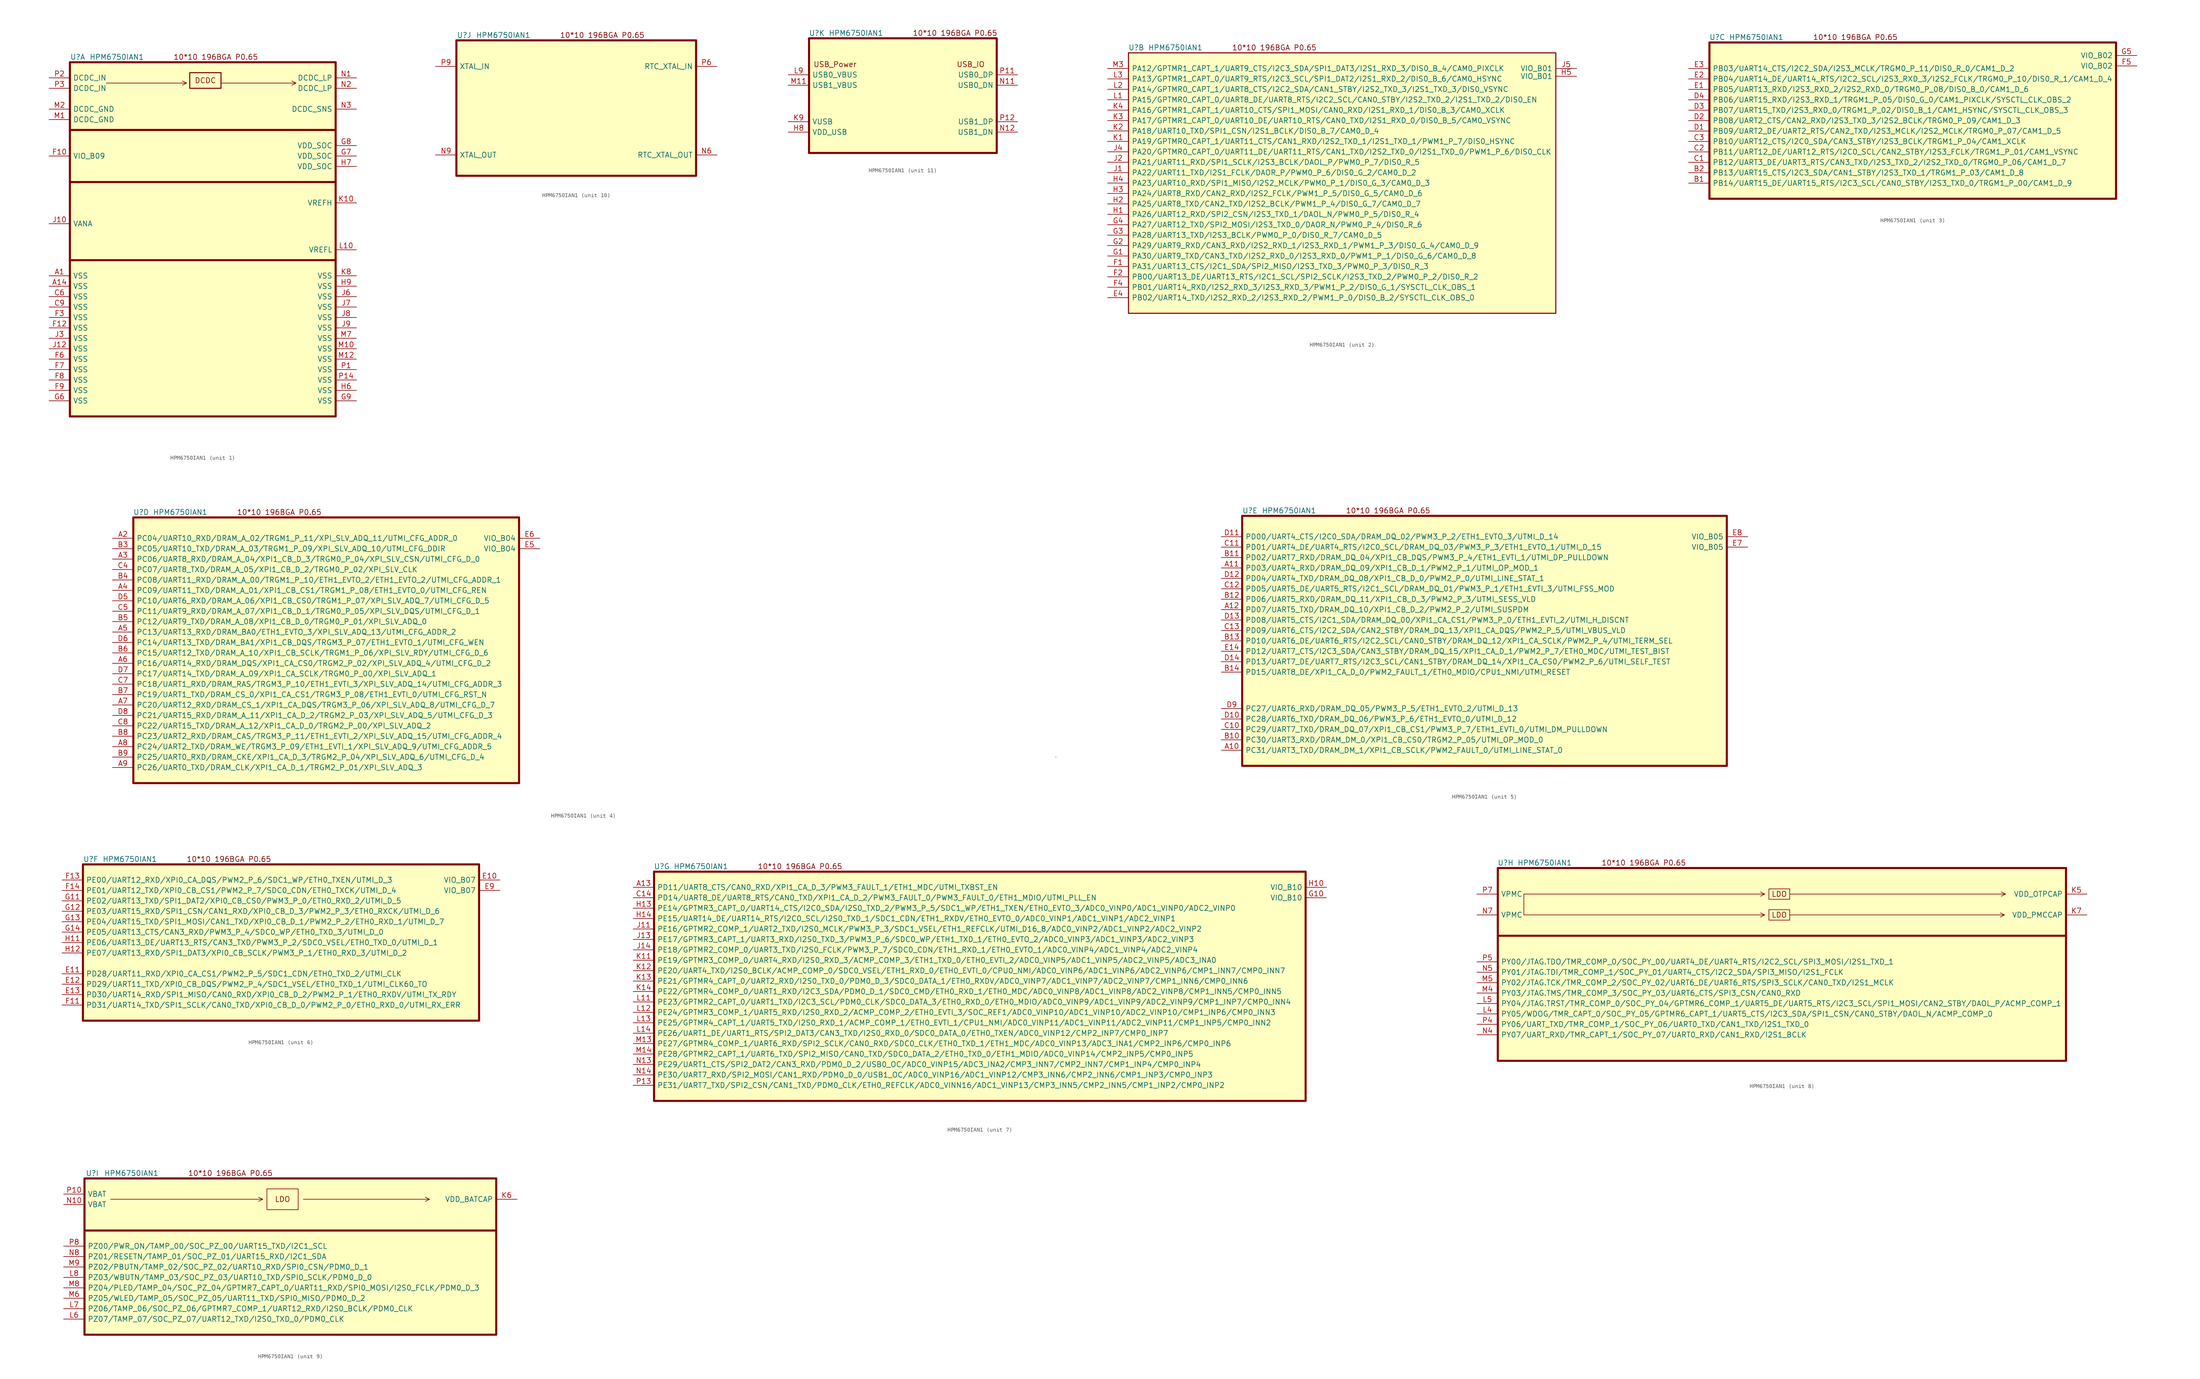
<source format=kicad_sym>
(kicad_symbol_lib
  (version 20220914)
  (generator kicad_symbol_editor)
  (symbol "HPM6750IAN1"
    (pin_names
      (offset 0.762))
    (property "Reference" "U"
      (at 1.905 1.27 0)
      (effects (font (size 1.27 1.27))))
    (property "Value" "HPM6750IAN1"
      (at 11.43 1.27 0)
      (effects (font (size 1.27 1.27))))
    (property "ki_locked" ""
      (at 0 0 0)
      (effects (font (size 1.27 1.27))))
    (symbol "HPM6750IAN1_0_0"
      (text "" (at 41.91 -3.81 0) (effects (font (size 1.27 1.27))))
      (text "10*10 196BGA P0.65" (at 35.56 1.27 0) (effects (font (size 1.27 1.27)))))
    (symbol "HPM6750IAN1_1_0"
      (polyline (pts (xy 8.89 -5.08) (xy 28.448 -5.08) (xy 27.432 -4.572) (xy 28.448 -5.08) (xy 27.432 -5.588)) (stroke (width 0) (type default)) (fill (type none)))
      (polyline (pts (xy 36.83 -5.08) (xy 55.118 -5.08) (xy 54.102 -4.572) (xy 55.118 -5.08) (xy 54.102 -5.588)) (stroke (width 0) (type default)) (fill (type none)))
      (text "DCDC" (at 33.02 -4.445 0) (effects (font (size 1.27 1.27)))))
    (symbol "HPM6750IAN1_1_1"
      (polyline (pts (xy 0 -48.26) (xy 64.77 -48.26)) (stroke (width 0.508) (type default)) (fill (type none)))
      (polyline (pts (xy 0 -29.21) (xy 64.77 -29.21)) (stroke (width 0.508) (type default)) (fill (type none)))
      (polyline (pts (xy 0 -16.51) (xy 64.77 -16.51)) (stroke (width 0.508) (type default)) (fill (type none)))
      (rectangle (start 0 0) (end 64.77 -86.36) (stroke (width 0.508) (type default)) (fill (type background)))
      (rectangle (start 29.21 -2.54) (end 36.83 -6.35) (stroke (width 0.254) (type default)) (fill (type background)))
      (pin power_out line (at -5.08 -52.07 0) (length 5.08) (name "VSS" (effects (font (size 1.27 1.27)))) (number "A1" (effects (font (size 1.27 1.27)))))
      (pin power_out line (at -5.08 -54.61 0) (length 5.08) (name "VSS" (effects (font (size 1.27 1.27)))) (number "A14" (effects (font (size 1.27 1.27)))))
      (pin power_out line (at -5.08 -57.15 0) (length 5.08) (name "VSS" (effects (font (size 1.27 1.27)))) (number "C6" (effects (font (size 1.27 1.27)))))
      (pin power_out line (at -5.08 -59.69 0) (length 5.08) (name "VSS" (effects (font (size 1.27 1.27)))) (number "C9" (effects (font (size 1.27 1.27)))))
      (pin power_in line (at -5.08 -22.86 0) (length 5.08) (name "VIO_B09" (effects (font (size 1.27 1.27)))) (number "F10" (effects (font (size 1.27 1.27)))))
      (pin power_out line (at -5.08 -64.77 0) (length 5.08) (name "VSS" (effects (font (size 1.27 1.27)))) (number "F12" (effects (font (size 1.27 1.27)))))
      (pin power_out line (at -5.08 -62.23 0) (length 5.08) (name "VSS" (effects (font (size 1.27 1.27)))) (number "F3" (effects (font (size 1.27 1.27)))))
      (pin power_out line (at -5.08 -72.39 0) (length 5.08) (name "VSS" (effects (font (size 1.27 1.27)))) (number "F6" (effects (font (size 1.27 1.27)))))
      (pin power_out line (at -5.08 -74.93 0) (length 5.08) (name "VSS" (effects (font (size 1.27 1.27)))) (number "F7" (effects (font (size 1.27 1.27)))))
      (pin power_out line (at -5.08 -77.47 0) (length 5.08) (name "VSS" (effects (font (size 1.27 1.27)))) (number "F8" (effects (font (size 1.27 1.27)))))
      (pin power_out line (at -5.08 -80.01 0) (length 5.08) (name "VSS" (effects (font (size 1.27 1.27)))) (number "F9" (effects (font (size 1.27 1.27)))))
      (pin power_out line (at -5.08 -82.55 0) (length 5.08) (name "VSS" (effects (font (size 1.27 1.27)))) (number "G6" (effects (font (size 1.27 1.27)))))
      (pin power_in line (at 69.85 -22.86 180) (length 5.08) (name "VDD_SOC" (effects (font (size 1.27 1.27)))) (number "G7" (effects (font (size 1.27 1.27)))))
      (pin power_in line (at 69.85 -20.32 180) (length 5.08) (name "VDD_SOC" (effects (font (size 1.27 1.27)))) (number "G8" (effects (font (size 1.27 1.27)))))
      (pin power_out line (at 69.85 -82.55 180) (length 5.08) (name "VSS" (effects (font (size 1.27 1.27)))) (number "G9" (effects (font (size 1.27 1.27)))))
      (pin power_out line (at 69.85 -80.01 180) (length 5.08) (name "VSS" (effects (font (size 1.27 1.27)))) (number "H6" (effects (font (size 1.27 1.27)))))
      (pin power_in line (at 69.85 -25.4 180) (length 5.08) (name "VDD_SOC" (effects (font (size 1.27 1.27)))) (number "H7" (effects (font (size 1.27 1.27)))))
      (pin power_out line (at 69.85 -54.61 180) (length 5.08) (name "VSS" (effects (font (size 1.27 1.27)))) (number "H9" (effects (font (size 1.27 1.27)))))
      (pin power_in line (at -5.08 -39.37 0) (length 5.08) (name "VANA" (effects (font (size 1.27 1.27)))) (number "J10" (effects (font (size 1.27 1.27)))))
      (pin power_out line (at -5.08 -69.85 0) (length 5.08) (name "VSS" (effects (font (size 1.27 1.27)))) (number "J12" (effects (font (size 1.27 1.27)))))
      (pin power_out line (at -5.08 -67.31 0) (length 5.08) (name "VSS" (effects (font (size 1.27 1.27)))) (number "J3" (effects (font (size 1.27 1.27)))))
      (pin power_out line (at 69.85 -57.15 180) (length 5.08) (name "VSS" (effects (font (size 1.27 1.27)))) (number "J6" (effects (font (size 1.27 1.27)))))
      (pin power_out line (at 69.85 -59.69 180) (length 5.08) (name "VSS" (effects (font (size 1.27 1.27)))) (number "J7" (effects (font (size 1.27 1.27)))))
      (pin power_out line (at 69.85 -62.23 180) (length 5.08) (name "VSS" (effects (font (size 1.27 1.27)))) (number "J8" (effects (font (size 1.27 1.27)))))
      (pin power_out line (at 69.85 -64.77 180) (length 5.08) (name "VSS" (effects (font (size 1.27 1.27)))) (number "J9" (effects (font (size 1.27 1.27)))))
      (pin power_in line (at 69.85 -34.29 180) (length 5.08) (name "VREFH" (effects (font (size 1.27 1.27)))) (number "K10" (effects (font (size 1.27 1.27)))))
      (pin power_out line (at 69.85 -52.07 180) (length 5.08) (name "VSS" (effects (font (size 1.27 1.27)))) (number "K8" (effects (font (size 1.27 1.27)))))
      (pin power_out line (at 69.85 -45.72 180) (length 5.08) (name "VREFL" (effects (font (size 1.27 1.27)))) (number "L10" (effects (font (size 1.27 1.27)))))
      (pin power_out line (at -5.08 -13.97 0) (length 5.08) (name "DCDC_GND" (effects (font (size 1.27 1.27)))) (number "M1" (effects (font (size 1.27 1.27)))))
      (pin power_out line (at 69.85 -69.85 180) (length 5.08) (name "VSS" (effects (font (size 1.27 1.27)))) (number "M10" (effects (font (size 1.27 1.27)))))
      (pin power_out line (at 69.85 -72.39 180) (length 5.08) (name "VSS" (effects (font (size 1.27 1.27)))) (number "M12" (effects (font (size 1.27 1.27)))))
      (pin power_out line (at -5.08 -11.43 0) (length 5.08) (name "DCDC_GND" (effects (font (size 1.27 1.27)))) (number "M2" (effects (font (size 1.27 1.27)))))
      (pin power_out line (at 69.85 -67.31 180) (length 5.08) (name "VSS" (effects (font (size 1.27 1.27)))) (number "M7" (effects (font (size 1.27 1.27)))))
      (pin power_out line (at 69.85 -3.81 180) (length 5.08) (name "DCDC_LP" (effects (font (size 1.27 1.27)))) (number "N1" (effects (font (size 1.27 1.27)))))
      (pin power_out line (at 69.85 -6.35 180) (length 5.08) (name "DCDC_LP" (effects (font (size 1.27 1.27)))) (number "N2" (effects (font (size 1.27 1.27)))))
      (pin input line (at 69.85 -11.43 180) (length 5.08) (name "DCDC_SNS" (effects (font (size 1.27 1.27)))) (number "N3" (effects (font (size 1.27 1.27)))))
      (pin power_out line (at 69.85 -74.93 180) (length 5.08) (name "VSS" (effects (font (size 1.27 1.27)))) (number "P1" (effects (font (size 1.27 1.27)))))
      (pin power_out line (at 69.85 -77.47 180) (length 5.08) (name "VSS" (effects (font (size 1.27 1.27)))) (number "P14" (effects (font (size 1.27 1.27)))))
      (pin power_in line (at -5.08 -3.81 0) (length 5.08) (name "DCDC_IN" (effects (font (size 1.27 1.27)))) (number "P2" (effects (font (size 1.27 1.27)))))
      (pin power_in line (at -5.08 -6.35 0) (length 5.08) (name "DCDC_IN" (effects (font (size 1.27 1.27)))) (number "P3" (effects (font (size 1.27 1.27))))))
    (symbol "HPM6750IAN1_2_0"
      (rectangle (start 0 0) (end 104.14 -63.5) (stroke (width 0.254) (type default)) (fill (type background))))
    (symbol "HPM6750IAN1_2_1"
      (pin bidirectional line (at -5.08 -59.69 0) (length 5.08) (name "PB02/UART14_TXD/I2S2_RXD_2/I2S3_RXD_2/PWM1_P_0/DIS0_B_2/SYSCTL_CLK_OBS_0" (effects (font (size 1.27 1.27)))) (number "E4" (effects (font (size 1.27 1.27)))))
      (pin bidirectional line (at -5.08 -52.07 0) (length 5.08) (name "PA31/UART13_CTS/I2C1_SDA/SPI2_MISO/I2S3_TXD_3/PWM0_P_3/DIS0_R_3" (effects (font (size 1.27 1.27)))) (number "F1" (effects (font (size 1.27 1.27)))))
      (pin bidirectional line (at -5.08 -54.61 0) (length 5.08) (name "PB00/UART13_DE/UART13_RTS/I2C1_SCL/SPI2_SCLK/I2S3_TXD_2/PWM0_P_2/DIS0_R_2" (effects (font (size 1.27 1.27)))) (number "F2" (effects (font (size 1.27 1.27)))))
      (pin bidirectional line (at -5.08 -57.15 0) (length 5.08) (name "PB01/UART14_RXD/I2S2_RXD_3/I2S3_RXD_3/PWM1_P_2/DIS0_G_1/SYSCTL_CLK_OBS_1" (effects (font (size 1.27 1.27)))) (number "F4" (effects (font (size 1.27 1.27)))))
      (pin bidirectional line (at -5.08 -49.53 0) (length 5.08) (name "PA30/UART9_TXD/CAN3_TXD/I2S2_RXD_0/I2S3_RXD_0/PWM1_P_1/DIS0_G_6/CAM0_D_8" (effects (font (size 1.27 1.27)))) (number "G1" (effects (font (size 1.27 1.27)))))
      (pin bidirectional line (at -5.08 -46.99 0) (length 5.08) (name "PA29/UART9_RXD/CAN3_RXD/I2S2_RXD_1/I2S3_RXD_1/PWM1_P_3/DIS0_G_4/CAM0_D_9" (effects (font (size 1.27 1.27)))) (number "G2" (effects (font (size 1.27 1.27)))))
      (pin bidirectional line (at -5.08 -44.45 0) (length 5.08) (name "PA28/UART13_TXD/I2S3_BCLK/PWM0_P_0/DIS0_R_7/CAM0_D_5" (effects (font (size 1.27 1.27)))) (number "G3" (effects (font (size 1.27 1.27)))))
      (pin bidirectional line (at -5.08 -41.91 0) (length 5.08) (name "PA27/UART12_TXD/SPI2_MOSI/I2S3_TXD_0/DAOR_N/PWM0_P_4/DIS0_R_6" (effects (font (size 1.27 1.27)))) (number "G4" (effects (font (size 1.27 1.27)))))
      (pin bidirectional line (at -5.08 -39.37 0) (length 5.08) (name "PA26/UART12_RXD/SPI2_CSN/I2S3_TXD_1/DAOL_N/PWM0_P_5/DIS0_R_4" (effects (font (size 1.27 1.27)))) (number "H1" (effects (font (size 1.27 1.27)))))
      (pin bidirectional line (at -5.08 -36.83 0) (length 5.08) (name "PA25/UART8_TXD/CAN2_TXD/I2S2_BCLK/PWM1_P_4/DIS0_G_7/CAM0_D_7" (effects (font (size 1.27 1.27)))) (number "H2" (effects (font (size 1.27 1.27)))))
      (pin bidirectional line (at -5.08 -34.29 0) (length 5.08) (name "PA24/UART8_RXD/CAN2_RXD/I2S2_FCLK/PWM1_P_5/DIS0_G_5/CAM0_D_6" (effects (font (size 1.27 1.27)))) (number "H3" (effects (font (size 1.27 1.27)))))
      (pin bidirectional line (at -5.08 -31.75 0) (length 5.08) (name "PA23/UART10_RXD/SPI1_MISO/I2S2_MCLK/PWM0_P_1/DIS0_G_3/CAM0_D_3" (effects (font (size 1.27 1.27)))) (number "H4" (effects (font (size 1.27 1.27)))))
      (pin power_in line (at 109.22 -5.715 180) (length 5.08) (name "VIO_B01" (effects (font (size 1.27 1.27)))) (number "H5" (effects (font (size 1.27 1.27)))))
      (pin bidirectional line (at -5.08 -29.21 0) (length 5.08) (name "PA22/UART11_TXD/I2S1_FCLK/DAOR_P/PWM0_P_6/DIS0_G_2/CAM0_D_2" (effects (font (size 1.27 1.27)))) (number "J1" (effects (font (size 1.27 1.27)))))
      (pin bidirectional line (at -5.08 -26.67 0) (length 5.08) (name "PA21/UART11_RXD/SPI1_SCLK/I2S3_BCLK/DAOL_P/PWM0_P_7/DIS0_R_5" (effects (font (size 1.27 1.27)))) (number "J2" (effects (font (size 1.27 1.27)))))
      (pin bidirectional line (at -5.08 -24.13 0) (length 5.08) (name "PA20/GPTMR0_CAPT_0/UART11_DE/UART11_RTS/CAN1_TXD/I2S2_TXD_0/I2S1_TXD_0/PWM1_P_6/DIS0_CLK" (effects (font (size 1.27 1.27)))) (number "J4" (effects (font (size 1.27 1.27)))))
      (pin power_in line (at 109.22 -3.81 180) (length 5.08) (name "VIO_B01" (effects (font (size 1.27 1.27)))) (number "J5" (effects (font (size 1.27 1.27)))))
      (pin bidirectional line (at -5.08 -21.59 0) (length 5.08) (name "PA19/GPTMR0_CAPT_1/UART11_CTS/CAN1_RXD/I2S2_TXD_1/I2S1_TXD_1/PWM1_P_7/DIS0_HSYNC" (effects (font (size 1.27 1.27)))) (number "K1" (effects (font (size 1.27 1.27)))))
      (pin bidirectional line (at -5.08 -19.05 0) (length 5.08) (name "PA18/UART10_TXD/SPI1_CSN/I2S1_BCLK/DIS0_B_7/CAM0_D_4" (effects (font (size 1.27 1.27)))) (number "K2" (effects (font (size 1.27 1.27)))))
      (pin bidirectional line (at -5.08 -16.51 0) (length 5.08) (name "PA17/GPTMR1_CAPT_0/UART10_DE/UART10_RTS/CAN0_TXD/I2S1_RXD_0/DIS0_B_5/CAM0_VSYNC" (effects (font (size 1.27 1.27)))) (number "K3" (effects (font (size 1.27 1.27)))))
      (pin bidirectional line (at -5.08 -13.97 0) (length 5.08) (name "PA16/GPTMR1_CAPT_1/UART10_CTS/SPI1_MOSI/CAN0_RXD/I2S1_RXD_1/DIS0_B_3/CAM0_XCLK" (effects (font (size 1.27 1.27)))) (number "K4" (effects (font (size 1.27 1.27)))))
      (pin bidirectional line (at -5.08 -11.43 0) (length 5.08) (name "PA15/GPTMR0_CAPT_0/UART8_DE/UART8_RTS/I2C2_SCL/CAN0_STBY/I2S2_TXD_2/I2S1_TXD_2/DIS0_EN" (effects (font (size 1.27 1.27)))) (number "L1" (effects (font (size 1.27 1.27)))))
      (pin bidirectional line (at -5.08 -8.89 0) (length 5.08) (name "PA14/GPTMR0_CAPT_1/UART8_CTS/I2C2_SDA/CAN1_STBY/I2S2_TXD_3/I2S1_TXD_3/DIS0_VSYNC" (effects (font (size 1.27 1.27)))) (number "L2" (effects (font (size 1.27 1.27)))))
      (pin bidirectional line (at -5.08 -6.35 0) (length 5.08) (name "PA13/GPTMR1_CAPT_0/UART9_RTS/I2C3_SCL/SPI1_DAT2/I2S1_RXD_2/DIS0_B_6/CAM0_HSYNC" (effects (font (size 1.27 1.27)))) (number "L3" (effects (font (size 1.27 1.27)))))
      (pin bidirectional line (at -5.08 -3.81 0) (length 5.08) (name "PA12/GPTMR1_CAPT_1/UART9_CTS/I2C3_SDA/SPI1_DAT3/I2S1_RXD_3/DIS0_B_4/CAM0_PIXCLK" (effects (font (size 1.27 1.27)))) (number "M3" (effects (font (size 1.27 1.27))))))
    (symbol "HPM6750IAN1_3_0"
      (rectangle (start 0 0) (end 99.06 -38.1) (stroke (width 0.508) (type default)) (fill (type background))))
    (symbol "HPM6750IAN1_3_1"
      (pin bidirectional line (at -5.08 -34.29 0) (length 5.08) (name "PB14/UART15_DE/UART15_RTS/I2C3_SCL/CAN0_STBY/I2S3_TXD_0/TRGM1_P_00/CAM1_D_9" (effects (font (size 1.27 1.27)))) (number "B1" (effects (font (size 1.27 1.27)))))
      (pin bidirectional line (at -5.08 -31.75 0) (length 5.08) (name "PB13/UART15_CTS/I2C3_SDA/CAN1_STBY/I2S3_TXD_1/TRGM1_P_03/CAM1_D_8" (effects (font (size 1.27 1.27)))) (number "B2" (effects (font (size 1.27 1.27)))))
      (pin bidirectional line (at -5.08 -29.21 0) (length 5.08) (name "PB12/UART3_DE/UART3_RTS/CAN3_TXD/I2S3_TXD_2/I2S2_TXD_0/TRGM0_P_06/CAM1_D_7" (effects (font (size 1.27 1.27)))) (number "C1" (effects (font (size 1.27 1.27)))))
      (pin bidirectional line (at -5.08 -26.67 0) (length 5.08) (name "PB11/UART12_DE/UART12_RTS/I2C0_SCL/CAN2_STBY/I2S3_FCLK/TRGM1_P_01/CAM1_VSYNC" (effects (font (size 1.27 1.27)))) (number "C2" (effects (font (size 1.27 1.27)))))
      (pin bidirectional line (at -5.08 -24.13 0) (length 5.08) (name "PB10/UART12_CTS/I2C0_SDA/CAN3_STBY/I2S3_BCLK/TRGM1_P_04/CAM1_XCLK" (effects (font (size 1.27 1.27)))) (number "C3" (effects (font (size 1.27 1.27)))))
      (pin bidirectional line (at -5.08 -21.59 0) (length 5.08) (name "PB09/UART2_DE/UART2_RTS/CAN2_TXD/I2S3_MCLK/I2S2_MCLK/TRGM0_P_07/CAM1_D_5" (effects (font (size 1.27 1.27)))) (number "D1" (effects (font (size 1.27 1.27)))))
      (pin bidirectional line (at -5.08 -19.05 0) (length 5.08) (name "PB08/UART2_CTS/CAN2_RXD/I2S3_TXD_3/I2S2_BCLK/TRGM0_P_09/CAM1_D_3" (effects (font (size 1.27 1.27)))) (number "D2" (effects (font (size 1.27 1.27)))))
      (pin bidirectional line (at -5.08 -16.51 0) (length 5.08) (name "PB07/UART15_TXD/I2S3_RXD_0/TRGM1_P_02/DIS0_B_1/CAM1_HSYNC/SYSCTL_CLK_OBS_3" (effects (font (size 1.27 1.27)))) (number "D3" (effects (font (size 1.27 1.27)))))
      (pin bidirectional line (at -5.08 -13.97 0) (length 5.08) (name "PB06/UART15_RXD/I2S3_RXD_1/TRGM1_P_05/DIS0_G_0/CAM1_PIXCLK/SYSCTL_CLK_OBS_2" (effects (font (size 1.27 1.27)))) (number "D4" (effects (font (size 1.27 1.27)))))
      (pin bidirectional line (at -5.08 -11.43 0) (length 5.08) (name "PB05/UART13_RXD/I2S3_RXD_2/I2S2_RXD_0/TRGM0_P_08/DIS0_B_0/CAM1_D_6" (effects (font (size 1.27 1.27)))) (number "E1" (effects (font (size 1.27 1.27)))))
      (pin bidirectional line (at -5.08 -8.89 0) (length 5.08) (name "PB04/UART14_DE/UART14_RTS/I2C2_SCL/I2S3_RXD_3/I2S2_FCLK/TRGM0_P_10/DIS0_R_1/CAM1_D_4" (effects (font (size 1.27 1.27)))) (number "E2" (effects (font (size 1.27 1.27)))))
      (pin bidirectional line (at -5.08 -6.35 0) (length 5.08) (name "PB03/UART14_CTS/I2C2_SDA/I2S3_MCLK/TRGM0_P_11/DIS0_R_0/CAM1_D_2" (effects (font (size 1.27 1.27)))) (number "E3" (effects (font (size 1.27 1.27)))))
      (pin power_in line (at 104.14 -5.715 180) (length 5.08) (name "VIO_B02" (effects (font (size 1.27 1.27)))) (number "F5" (effects (font (size 1.27 1.27)))))
      (pin power_in line (at 104.14 -3.175 180) (length 5.08) (name "VIO_B02" (effects (font (size 1.27 1.27)))) (number "G5" (effects (font (size 1.27 1.27))))))
    (symbol "HPM6750IAN1_4_0"
      (rectangle (start 0 0) (end 93.98 -64.77) (stroke (width 0.508) (type default)) (fill (type background)))
      (rectangle (start 224.79 -58.42) (end 224.79 -58.42) (stroke (width 0) (type default)) (fill (type none)))
      (rectangle (start 224.79 -58.42) (end 224.79 -58.42) (stroke (width 0) (type default)) (fill (type none))))
    (symbol "HPM6750IAN1_4_1"
      (pin bidirectional line (at -5.08 -5.08 0) (length 5.08) (name "PC04/UART10_RXD/DRAM_A_02/TRGM1_P_11/XPI_SLV_ADQ_11/UTMI_CFG_ADDR_0" (effects (font (size 1.27 1.27)))) (number "A2" (effects (font (size 1.27 1.27)))))
      (pin bidirectional line (at -5.08 -10.16 0) (length 5.08) (name "PC06/UART8_RXD/DRAM_A_04/XPI1_CB_D_3/TRGM0_P_04/XPI_SLV_CSN/UTMI_CFG_D_0" (effects (font (size 1.27 1.27)))) (number "A3" (effects (font (size 1.27 1.27)))))
      (pin bidirectional line (at -5.08 -17.78 0) (length 5.08) (name "PC09/UART11_TXD/DRAM_A_01/XPI1_CB_CS1/TRGM1_P_08/ETH1_EVTO_0/UTMI_CFG_REN" (effects (font (size 1.27 1.27)))) (number "A4" (effects (font (size 1.27 1.27)))))
      (pin bidirectional line (at -5.08 -27.94 0) (length 5.08) (name "PC13/UART13_RXD/DRAM_BA0/ETH1_EVTO_3/XPI_SLV_ADQ_13/UTMI_CFG_ADDR_2" (effects (font (size 1.27 1.27)))) (number "A5" (effects (font (size 1.27 1.27)))))
      (pin bidirectional line (at -5.08 -35.56 0) (length 5.08) (name "PC16/UART14_RXD/DRAM_DQS/XPI1_CA_CS0/TRGM2_P_02/XPI_SLV_ADQ_4/UTMI_CFG_D_2" (effects (font (size 1.27 1.27)))) (number "A6" (effects (font (size 1.27 1.27)))))
      (pin bidirectional line (at -5.08 -45.72 0) (length 5.08) (name "PC20/UART12_RXD/DRAM_CS_1/XPI1_CA_DQS/TRGM3_P_06/XPI_SLV_ADQ_8/UTMI_CFG_D_7" (effects (font (size 1.27 1.27)))) (number "A7" (effects (font (size 1.27 1.27)))))
      (pin bidirectional line (at -5.08 -55.88 0) (length 5.08) (name "PC24/UART2_TXD/DRAM_WE/TRGM3_P_09/ETH1_EVTI_1/XPI_SLV_ADQ_9/UTMI_CFG_ADDR_5" (effects (font (size 1.27 1.27)))) (number "A8" (effects (font (size 1.27 1.27)))))
      (pin bidirectional line (at -5.08 -60.96 0) (length 5.08) (name "PC26/UART0_TXD/DRAM_CLK/XPI1_CA_D_1/TRGM2_P_01/XPI_SLV_ADQ_3" (effects (font (size 1.27 1.27)))) (number "A9" (effects (font (size 1.27 1.27)))))
      (pin bidirectional line (at -5.08 -7.62 0) (length 5.08) (name "PC05/UART10_TXD/DRAM_A_03/TRGM1_P_09/XPI_SLV_ADQ_10/UTMI_CFG_DDIR" (effects (font (size 1.27 1.27)))) (number "B3" (effects (font (size 1.27 1.27)))))
      (pin bidirectional line (at -5.08 -15.24 0) (length 5.08) (name "PC08/UART11_RXD/DRAM_A_00/TRGM1_P_10/ETH1_EVTO_2/ETH1_EVTO_2/UTMI_CFG_ADDR_1" (effects (font (size 1.27 1.27)))) (number "B4" (effects (font (size 1.27 1.27)))))
      (pin bidirectional line (at -5.08 -25.4 0) (length 5.08) (name "PC12/UART9_TXD/DRAM_A_08/XPI1_CB_D_0/TRGM0_P_01/XPI_SLV_ADQ_0" (effects (font (size 1.27 1.27)))) (number "B5" (effects (font (size 1.27 1.27)))))
      (pin bidirectional line (at -5.08 -33.02 0) (length 5.08) (name "PC15/UART12_TXD/DRAM_A_10/XPI1_CB_SCLK/TRGM1_P_06/XPI_SLV_RDY/UTMI_CFG_D_6" (effects (font (size 1.27 1.27)))) (number "B6" (effects (font (size 1.27 1.27)))))
      (pin bidirectional line (at -5.08 -43.18 0) (length 5.08) (name "PC19/UART1_TXD/DRAM_CS_0/XPI1_CA_CS1/TRGM3_P_08/ETH1_EVTI_0/UTMI_CFG_RST_N" (effects (font (size 1.27 1.27)))) (number "B7" (effects (font (size 1.27 1.27)))))
      (pin bidirectional line (at -5.08 -53.34 0) (length 5.08) (name "PC23/UART2_RXD/DRAM_CAS/TRGM3_P_11/ETH1_EVTI_2/XPI_SLV_ADQ_15/UTMI_CFG_ADDR_4" (effects (font (size 1.27 1.27)))) (number "B8" (effects (font (size 1.27 1.27)))))
      (pin bidirectional line (at -5.08 -58.42 0) (length 5.08) (name "PC25/UART0_RXD/DRAM_CKE/XPI1_CA_D_3/TRGM2_P_04/XPI_SLV_ADQ_6/UTMI_CFG_D_4" (effects (font (size 1.27 1.27)))) (number "B9" (effects (font (size 1.27 1.27)))))
      (pin bidirectional line (at -5.08 -12.7 0) (length 5.08) (name "PC07/UART8_TXD/DRAM_A_05/XPI1_CB_D_2/TRGM0_P_02/XPI_SLV_CLK" (effects (font (size 1.27 1.27)))) (number "C4" (effects (font (size 1.27 1.27)))))
      (pin bidirectional line (at -5.08 -22.86 0) (length 5.08) (name "PC11/UART9_RXD/DRAM_A_07/XPI1_CB_D_1/TRGM0_P_05/XPI_SLV_DQS/UTMI_CFG_D_1" (effects (font (size 1.27 1.27)))) (number "C5" (effects (font (size 1.27 1.27)))))
      (pin bidirectional line (at -5.08 -40.64 0) (length 5.08) (name "PC18/UART1_RXD/DRAM_RAS/TRGM3_P_10/ETH1_EVTI_3/XPI_SLV_ADQ_14/UTMI_CFG_ADDR_3" (effects (font (size 1.27 1.27)))) (number "C7" (effects (font (size 1.27 1.27)))))
      (pin bidirectional line (at -5.08 -50.8 0) (length 5.08) (name "PC22/UART15_TXD/DRAM_A_12/XPI1_CA_D_0/TRGM2_P_00/XPI_SLV_ADQ_2" (effects (font (size 1.27 1.27)))) (number "C8" (effects (font (size 1.27 1.27)))))
      (pin bidirectional line (at -5.08 -20.32 0) (length 5.08) (name "PC10/UART6_RXD/DRAM_A_06/XPI1_CB_CS0/TRGM1_P_07/XPI_SLV_ADQ_7/UTMI_CFG_D_5" (effects (font (size 1.27 1.27)))) (number "D5" (effects (font (size 1.27 1.27)))))
      (pin bidirectional line (at -5.08 -30.48 0) (length 5.08) (name "PC14/UART13_TXD/DRAM_BA1/XPI1_CB_DQS/TRGM3_P_07/ETH1_EVTO_1/UTMI_CFG_WEN" (effects (font (size 1.27 1.27)))) (number "D6" (effects (font (size 1.27 1.27)))))
      (pin bidirectional line (at -5.08 -38.1 0) (length 5.08) (name "PC17/UART14_TXD/DRAM_A_09/XPI1_CA_SCLK/TRGM0_P_00/XPI_SLV_ADQ_1" (effects (font (size 1.27 1.27)))) (number "D7" (effects (font (size 1.27 1.27)))))
      (pin bidirectional line (at -5.08 -48.26 0) (length 5.08) (name "PC21/UART15_RXD/DRAM_A_11/XPI1_CA_D_2/TRGM2_P_03/XPI_SLV_ADQ_5/UTMI_CFG_D_3" (effects (font (size 1.27 1.27)))) (number "D8" (effects (font (size 1.27 1.27)))))
      (pin power_in line (at 99.06 -7.62 180) (length 5.08) (name "VIO_B04" (effects (font (size 1.27 1.27)))) (number "E5" (effects (font (size 1.27 1.27)))))
      (pin power_in line (at 99.06 -5.08 180) (length 5.08) (name "VIO_B04" (effects (font (size 1.27 1.27)))) (number "E6" (effects (font (size 1.27 1.27))))))
    (symbol "HPM6750IAN1_5_0"
      (rectangle (start 0 0) (end 118.11 -60.96) (stroke (width 0.508) (type default)) (fill (type background))))
    (symbol "HPM6750IAN1_5_1"
      (pin bidirectional line (at -5.08 -57.15 0) (length 5.08) (name "PC31/UART3_TXD/DRAM_DM_1/XPI1_CB_SCLK/PWM2_FAULT_0/UTMI_LINE_STAT_0" (effects (font (size 1.27 1.27)))) (number "A10" (effects (font (size 1.27 1.27)))))
      (pin bidirectional line (at -5.08 -12.7 0) (length 5.08) (name "PD03/UART4_RXD/DRAM_DQ_09/XPI1_CB_D_1/PWM2_P_1/UTMI_OP_MOD_1" (effects (font (size 1.27 1.27)))) (number "A11" (effects (font (size 1.27 1.27)))))
      (pin bidirectional line (at -5.08 -22.86 0) (length 5.08) (name "PD07/UART5_TXD/DRAM_DQ_10/XPI1_CB_D_2/PWM2_P_2/UTMI_SUSPDM" (effects (font (size 1.27 1.27)))) (number "A12" (effects (font (size 1.27 1.27)))))
      (pin bidirectional line (at -5.08 -54.61 0) (length 5.08) (name "PC30/UART3_RXD/DRAM_DM_0/XPI1_CB_CS0/TRGM2_P_05/UTMI_OP_MOD_0" (effects (font (size 1.27 1.27)))) (number "B10" (effects (font (size 1.27 1.27)))))
      (pin bidirectional line (at -5.08 -10.16 0) (length 5.08) (name "PD02/UART7_RXD/DRAM_DQ_04/XPI1_CB_DQS/PWM3_P_4/ETH1_EVTI_1/UTMI_DP_PULLDOWN" (effects (font (size 1.27 1.27)))) (number "B11" (effects (font (size 1.27 1.27)))))
      (pin bidirectional line (at -5.08 -20.32 0) (length 5.08) (name "PD06/UART5_RXD/DRAM_DQ_11/XPI1_CB_D_3/PWM2_P_3/UTMI_SESS_VLD" (effects (font (size 1.27 1.27)))) (number "B12" (effects (font (size 1.27 1.27)))))
      (pin bidirectional line (at -5.08 -30.48 0) (length 5.08) (name "PD10/UART6_DE/UART6_RTS/I2C2_SCL/CAN0_STBY/DRAM_DQ_12/XPI1_CA_SCLK/PWM2_P_4/UTMI_TERM_SEL" (effects (font (size 1.27 1.27)))) (number "B13" (effects (font (size 1.27 1.27)))))
      (pin bidirectional line (at -5.08 -38.1 0) (length 5.08) (name "PD15/UART8_DE/XPI1_CA_D_0/PWM2_FAULT_1/ETH0_MDIO/CPU1_NMI/UTMI_RESET" (effects (font (size 1.27 1.27)))) (number "B14" (effects (font (size 1.27 1.27)))))
      (pin bidirectional line (at -5.08 -52.07 0) (length 5.08) (name "PC29/UART7_TXD/DRAM_DQ_07/XPI1_CB_CS1/PWM3_P_7/ETH1_EVTI_0/UTMI_DM_PULLDOWN" (effects (font (size 1.27 1.27)))) (number "C10" (effects (font (size 1.27 1.27)))))
      (pin bidirectional line (at -5.08 -7.62 0) (length 5.08) (name "PD01/UART4_DE/UART4_RTS/I2C0_SCL/DRAM_DQ_03/PWM3_P_3/ETH1_EVTO_1/UTMI_D_15" (effects (font (size 1.27 1.27)))) (number "C11" (effects (font (size 1.27 1.27)))))
      (pin bidirectional line (at -5.08 -17.78 0) (length 5.08) (name "PD05/UART5_DE/UART5_RTS/I2C1_SCL/DRAM_DQ_01/PWM3_P_1/ETH1_EVTI_3/UTMI_FSS_MOD" (effects (font (size 1.27 1.27)))) (number "C12" (effects (font (size 1.27 1.27)))))
      (pin bidirectional line (at -5.08 -27.94 0) (length 5.08) (name "PD09/UART6_CTS/I2C2_SDA/CAN2_STBY/DRAM_DQ_13/XPI1_CA_DQS/PWM2_P_5/UTMI_VBUS_VLD" (effects (font (size 1.27 1.27)))) (number "C13" (effects (font (size 1.27 1.27)))))
      (pin bidirectional line (at -5.08 -49.53 0) (length 5.08) (name "PC28/UART6_TXD/DRAM_DQ_06/PWM3_P_6/ETH1_EVTO_0/UTMI_D_12" (effects (font (size 1.27 1.27)))) (number "D10" (effects (font (size 1.27 1.27)))))
      (pin bidirectional line (at -5.08 -5.08 0) (length 5.08) (name "PD00/UART4_CTS/I2C0_SDA/DRAM_DQ_02/PWM3_P_2/ETH1_EVTO_3/UTMI_D_14" (effects (font (size 1.27 1.27)))) (number "D11" (effects (font (size 1.27 1.27)))))
      (pin bidirectional line (at -5.08 -15.24 0) (length 5.08) (name "PD04/UART4_TXD/DRAM_DQ_08/XPI1_CB_D_0/PWM2_P_0/UTMI_LINE_STAT_1" (effects (font (size 1.27 1.27)))) (number "D12" (effects (font (size 1.27 1.27)))))
      (pin bidirectional line (at -5.08 -25.4 0) (length 5.08) (name "PD08/UART5_CTS/I2C1_SDA/DRAM_DQ_00/XPI1_CA_CS1/PWM3_P_0/ETH1_EVTI_2/UTMI_H_DISCNT" (effects (font (size 1.27 1.27)))) (number "D13" (effects (font (size 1.27 1.27)))))
      (pin bidirectional line (at -5.08 -35.56 0) (length 5.08) (name "PD13/UART7_DE/UART7_RTS/I2C3_SCL/CAN1_STBY/DRAM_DQ_14/XPI1_CA_CS0/PWM2_P_6/UTMI_SELF_TEST" (effects (font (size 1.27 1.27)))) (number "D14" (effects (font (size 1.27 1.27)))))
      (pin bidirectional line (at -5.08 -46.99 0) (length 5.08) (name "PC27/UART6_RXD/DRAM_DQ_05/PWM3_P_5/ETH1_EVTO_2/UTMI_D_13" (effects (font (size 1.27 1.27)))) (number "D9" (effects (font (size 1.27 1.27)))))
      (pin bidirectional line (at -5.08 -33.02 0) (length 5.08) (name "PD12/UART7_CTS/I2C3_SDA/CAN3_STBY/DRAM_DQ_15/XPI1_CA_D_1/PWM2_P_7/ETH0_MDC/UTMI_TEST_BIST" (effects (font (size 1.27 1.27)))) (number "E14" (effects (font (size 1.27 1.27)))))
      (pin power_in line (at 123.19 -7.62 180) (length 5.08) (name "VIO_B05" (effects (font (size 1.27 1.27)))) (number "E7" (effects (font (size 1.27 1.27)))))
      (pin power_in line (at 123.19 -5.08 180) (length 5.08) (name "VIO_B05" (effects (font (size 1.27 1.27)))) (number "E8" (effects (font (size 1.27 1.27))))))
    (symbol "HPM6750IAN1_6_0"
      (rectangle (start 0 0) (end 96.52 -38.1) (stroke (width 0.508) (type default)) (fill (type background))))
    (symbol "HPM6750IAN1_6_1"
      (pin power_in line (at 101.6 -3.81 180) (length 5.08) (name "VIO_B07" (effects (font (size 1.27 1.27)))) (number "E10" (effects (font (size 1.27 1.27)))))
      (pin bidirectional line (at -5.08 -26.67 0) (length 5.08) (name "PD28/UART11_RXD/XPI0_CA_CS1/PWM2_P_5/SDC1_CDN/ETH0_TXD_2/UTMI_CLK" (effects (font (size 1.27 1.27)))) (number "E11" (effects (font (size 1.27 1.27)))))
      (pin bidirectional line (at -5.08 -29.21 0) (length 5.08) (name "PD29/UART11_TXD/XPI0_CB_DQS/PWM2_P_4/SDC1_VSEL/ETH0_TXD_1/UTMI_CLK60_TO" (effects (font (size 1.27 1.27)))) (number "E12" (effects (font (size 1.27 1.27)))))
      (pin bidirectional line (at -5.08 -31.75 0) (length 5.08) (name "PD30/UART14_RXD/SPI1_MISO/CAN0_RXD/XPI0_CB_D_2/PWM2_P_1/ETH0_RXDV/UTMI_TX_RDY" (effects (font (size 1.27 1.27)))) (number "E13" (effects (font (size 1.27 1.27)))))
      (pin power_in line (at 101.6 -6.35 180) (length 5.08) (name "VIO_B07" (effects (font (size 1.27 1.27)))) (number "E9" (effects (font (size 1.27 1.27)))))
      (pin bidirectional line (at -5.08 -34.29 0) (length 5.08) (name "PD31/UART14_TXD/SPI1_SCLK/CAN0_TXD/XPI0_CB_D_0/PWM2_P_0/ETH0_RXD_0/UTMI_RX_ERR" (effects (font (size 1.27 1.27)))) (number "F11" (effects (font (size 1.27 1.27)))))
      (pin bidirectional line (at -5.08 -3.81 0) (length 5.08) (name "PE00/UART12_RXD/XPI0_CA_DQS/PWM2_P_6/SDC1_WP/ETH0_TXEN/UTMI_D_3" (effects (font (size 1.27 1.27)))) (number "F13" (effects (font (size 1.27 1.27)))))
      (pin bidirectional line (at -5.08 -6.35 0) (length 5.08) (name "PE01/UART12_TXD/XPI0_CB_CS1/PWM2_P_7/SDC0_CDN/ETH0_TXCK/UTMI_D_4" (effects (font (size 1.27 1.27)))) (number "F14" (effects (font (size 1.27 1.27)))))
      (pin bidirectional line (at -5.08 -8.89 0) (length 5.08) (name "PE02/UART13_TXD/SPI1_DAT2/XPI0_CB_CS0/PWM3_P_0/ETH0_RXD_2/UTMI_D_5" (effects (font (size 1.27 1.27)))) (number "G11" (effects (font (size 1.27 1.27)))))
      (pin bidirectional line (at -5.08 -11.43 0) (length 5.08) (name "PE03/UART15_RXD/SPI1_CSN/CAN1_RXD/XPI0_CB_D_3/PWM2_P_3/ETH0_RXCK/UTMI_D_6" (effects (font (size 1.27 1.27)))) (number "G12" (effects (font (size 1.27 1.27)))))
      (pin bidirectional line (at -5.08 -13.97 0) (length 5.08) (name "PE04/UART15_TXD/SPI1_MOSI/CAN1_TXD/XPI0_CB_D_1/PWM2_P_2/ETH0_RXD_1/UTMI_D_7" (effects (font (size 1.27 1.27)))) (number "G13" (effects (font (size 1.27 1.27)))))
      (pin bidirectional line (at -5.08 -16.51 0) (length 5.08) (name "PE05/UART13_CTS/CAN3_RXD/PWM3_P_4/SDC0_WP/ETH0_TXD_3/UTMI_D_0" (effects (font (size 1.27 1.27)))) (number "G14" (effects (font (size 1.27 1.27)))))
      (pin bidirectional line (at -5.08 -19.05 0) (length 5.08) (name "PE06/UART13_DE/UART13_RTS/CAN3_TXD/PWM3_P_2/SDC0_VSEL/ETH0_TXD_0/UTMI_D_1" (effects (font (size 1.27 1.27)))) (number "H11" (effects (font (size 1.27 1.27)))))
      (pin bidirectional line (at -5.08 -21.59 0) (length 5.08) (name "PE07/UART13_RXD/SPI1_DAT3/XPI0_CB_SCLK/PWM3_P_1/ETH0_RXD_3/UTMI_D_2" (effects (font (size 1.27 1.27)))) (number "H12" (effects (font (size 1.27 1.27))))))
    (symbol "HPM6750IAN1_7_0"
      (rectangle (start 0 0) (end 158.75 -55.88) (stroke (width 0.508) (type default)) (fill (type background))))
    (symbol "HPM6750IAN1_7_1"
      (pin bidirectional line (at -5.08 -3.81 0) (length 5.08) (name "PD11/UART8_CTS/CAN0_RXD/XPI1_CA_D_3/PWM3_FAULT_1/ETH1_MDC/UTMI_TXBST_EN" (effects (font (size 1.27 1.27)))) (number "A13" (effects (font (size 1.27 1.27)))))
      (pin bidirectional line (at -5.08 -6.35 0) (length 5.08) (name "PD14/UART8_DE/UART8_RTS/CAN0_TXD/XPI1_CA_D_2/PWM3_FAULT_0/PWM3_FAULT_0/ETH1_MDIO/UTMI_PLL_EN" (effects (font (size 1.27 1.27)))) (number "C14" (effects (font (size 1.27 1.27)))))
      (pin power_in line (at 163.83 -6.35 180) (length 5.08) (name "VIO_B10" (effects (font (size 1.27 1.27)))) (number "G10" (effects (font (size 1.27 1.27)))))
      (pin power_in line (at 163.83 -3.81 180) (length 5.08) (name "VIO_B10" (effects (font (size 1.27 1.27)))) (number "H10" (effects (font (size 1.27 1.27)))))
      (pin bidirectional line (at -5.08 -8.89 0) (length 5.08) (name "PE14/GPTMR3_CAPT_0/UART14_CTS/I2C0_SDA/I2S0_TXD_2/PWM3_P_5/SDC1_WP/ETH1_TXEN/ETH0_EVTO_3/ADC0_VINP0/ADC1_VINP0/ADC2_VINP0" (effects (font (size 1.27 1.27)))) (number "H13" (effects (font (size 1.27 1.27)))))
      (pin bidirectional line (at -5.08 -11.43 0) (length 5.08) (name "PE15/UART14_DE/UART14_RTS/I2C0_SCL/I2S0_TXD_1/SDC1_CDN/ETH1_RXDV/ETH0_EVTO_0/ADC0_VINP1/ADC1_VINP1/ADC2_VINP1" (effects (font (size 1.27 1.27)))) (number "H14" (effects (font (size 1.27 1.27)))))
      (pin bidirectional line (at -5.08 -13.97 0) (length 5.08) (name "PE16/GPTMR2_COMP_1/UART2_TXD/I2S0_MCLK/PWM3_P_3/SDC1_VSEL/ETH1_REFCLK/UTMI_D16_8/ADC0_VINP2/ADC1_VINP2/ADC2_VINP2" (effects (font (size 1.27 1.27)))) (number "J11" (effects (font (size 1.27 1.27)))))
      (pin bidirectional line (at -5.08 -16.51 0) (length 5.08) (name "PE17/GPTMR3_CAPT_1/UART3_RXD/I2S0_TXD_3/PWM3_P_6/SDC0_WP/ETH1_TXD_1/ETH0_EVTO_2/ADC0_VINP3/ADC1_VINP3/ADC2_VINP3" (effects (font (size 1.27 1.27)))) (number "J13" (effects (font (size 1.27 1.27)))))
      (pin bidirectional line (at -5.08 -19.05 0) (length 5.08) (name "PE18/GPTMR2_COMP_0/UART3_TXD/I2S0_FCLK/PWM3_P_7/SDC0_CDN/ETH1_RXD_1/ETH0_EVTO_1/ADC0_VINP4/ADC1_VINP4/ADC2_VINP4" (effects (font (size 1.27 1.27)))) (number "J14" (effects (font (size 1.27 1.27)))))
      (pin bidirectional line (at -5.08 -21.59 0) (length 5.08) (name "PE19/GPTMR3_COMP_0/UART4_RXD/I2S0_RXD_3/ACMP_COMP_3/ETH1_TXD_0/ETH0_EVTI_2/ADC0_VINP5/ADC1_VINP5/ADC2_VINP5/ADC3_INA0" (effects (font (size 1.27 1.27)))) (number "K11" (effects (font (size 1.27 1.27)))))
      (pin bidirectional line (at -5.08 -24.13 0) (length 5.08) (name "PE20/UART4_TXD/I2S0_BCLK/ACMP_COMP_0/SDC0_VSEL/ETH1_RXD_0/ETH0_EVTI_0/CPU0_NMI/ADC0_VINP6/ADC1_VINP6/ADC2_VINP6/CMP1_INN7/CMP0_INN7" (effects (font (size 1.27 1.27)))) (number "K12" (effects (font (size 1.27 1.27)))))
      (pin bidirectional line (at -5.08 -26.67 0) (length 5.08) (name "PE21/GPTMR4_CAPT_0/UART2_RXD/I2S0_TXD_0/PDM0_D_3/SDC0_DATA_1/ETH0_RXDV/ADC0_VINP7/ADC1_VINP7/ADC2_VINP7/CMP1_INN6/CMP0_INN6" (effects (font (size 1.27 1.27)))) (number "K13" (effects (font (size 1.27 1.27)))))
      (pin bidirectional line (at -5.08 -29.21 0) (length 5.08) (name "PE22/GPTMR4_COMP_0/UART1_RXD/I2C3_SDA/PDM0_D_1/SDC0_CMD/ETH0_RXD_1/ETH0_MDC/ADC0_VINP8/ADC1_VINP8/ADC2_VINP8/CMP1_INN5/CMP0_INN5" (effects (font (size 1.27 1.27)))) (number "K14" (effects (font (size 1.27 1.27)))))
      (pin bidirectional line (at -5.08 -31.75 0) (length 5.08) (name "PE23/GPTMR2_CAPT_0/UART1_TXD/I2C3_SCL/PDM0_CLK/SDC0_DATA_3/ETH0_RXD_0/ETH0_MDIO/ADC0_VINP9/ADC1_VINP9/ADC2_VINP9/CMP1_INP7/CMP0_INN4" (effects (font (size 1.27 1.27)))) (number "L11" (effects (font (size 1.27 1.27)))))
      (pin bidirectional line (at -5.08 -34.29 0) (length 5.08) (name "PE24/GPTMR3_COMP_1/UART5_RXD/I2S0_RXD_2/ACMP_COMP_2/ETH0_EVTI_3/SOC_REF1/ADC0_VINP10/ADC1_VINP10/ADC2_VINP10/CMP1_INP6/CMP0_INN3" (effects (font (size 1.27 1.27)))) (number "L12" (effects (font (size 1.27 1.27)))))
      (pin bidirectional line (at -5.08 -36.83 0) (length 5.08) (name "PE25/GPTMR4_CAPT_1/UART5_TXD/I2S0_RXD_1/ACMP_COMP_1/ETH0_EVTI_1/CPU1_NMI/ADC0_VINP11/ADC1_VINP11/ADC2_VINP11/CMP1_INP5/CMP0_INN2" (effects (font (size 1.27 1.27)))) (number "L13" (effects (font (size 1.27 1.27)))))
      (pin bidirectional line (at -5.08 -39.37 0) (length 5.08) (name "PE26/UART1_DE/UART1_RTS/SPI2_DAT3/CAN3_TXD/I2S0_RXD_0/SDC0_DATA_0/ETH0_TXEN/ADC0_VINP12/CMP2_INP7/CMP0_INP7" (effects (font (size 1.27 1.27)))) (number "L14" (effects (font (size 1.27 1.27)))))
      (pin bidirectional line (at -5.08 -41.91 0) (length 5.08) (name "PE27/GPTMR4_COMP_1/UART6_RXD/SPI2_SCLK/CAN0_RXD/SDC0_CLK/ETH0_TXD_1/ETH1_MDC/ADC0_VINP13/ADC3_INA1/CMP2_INP6/CMP0_INP6" (effects (font (size 1.27 1.27)))) (number "M13" (effects (font (size 1.27 1.27)))))
      (pin bidirectional line (at -5.08 -44.45 0) (length 5.08) (name "PE28/GPTMR2_CAPT_1/UART6_TXD/SPI2_MISO/CAN0_TXD/SDC0_DATA_2/ETH0_TXD_0/ETH1_MDIO/ADC0_VINP14/CMP2_INP5/CMP0_INP5" (effects (font (size 1.27 1.27)))) (number "M14" (effects (font (size 1.27 1.27)))))
      (pin bidirectional line (at -5.08 -46.99 0) (length 5.08) (name "PE29/UART1_CTS/SPI2_DAT2/CAN3_RXD/PDM0_D_2/USB0_OC/ADC0_VINP15/ADC3_INA2/CMP3_INN7/CMP2_INN7/CMP1_INP4/CMP0_INP4" (effects (font (size 1.27 1.27)))) (number "N13" (effects (font (size 1.27 1.27)))))
      (pin bidirectional line (at -5.08 -49.53 0) (length 5.08) (name "PE30/UART7_RXD/SPI2_MOSI/CAN1_RXD/PDM0_D_0/USB1_OC/ADC0_VINP16/ADC1_VINP12/CMP3_INN6/CMP2_INN6/CMP1_INP3/CMP0_INP3" (effects (font (size 1.27 1.27)))) (number "N14" (effects (font (size 1.27 1.27)))))
      (pin bidirectional line (at -5.08 -52.07 0) (length 5.08) (name "PE31/UART7_TXD/SPI2_CSN/CAN1_TXD/PDM0_CLK/ETH0_REFCLK/ADC0_VINN16/ADC1_VINP13/CMP3_INN5/CMP2_INN5/CMP1_INP2/CMP0_INP2" (effects (font (size 1.27 1.27)))) (number "P13" (effects (font (size 1.27 1.27))))))
    (symbol "HPM6750IAN1_8_0"
      (polyline (pts (xy 6.35 -11.43) (xy 65.024 -11.43) (xy 64.008 -10.922) (xy 65.024 -11.43) (xy 64.008 -11.938)) (stroke (width 0) (type default)) (fill (type none)))
      (polyline (pts (xy 6.35 -6.35) (xy 65.024 -6.35) (xy 64.008 -5.842) (xy 65.024 -6.35) (xy 64.008 -6.858)) (stroke (width 0) (type default)) (fill (type none)))
      (polyline (pts (xy 71.12 -11.43) (xy 123.444 -11.43) (xy 122.428 -10.922) (xy 123.444 -11.43) (xy 122.428 -11.938)) (stroke (width 0) (type default)) (fill (type none)))
      (polyline (pts (xy 71.12 -6.35) (xy 123.698 -6.35) (xy 122.682 -5.842) (xy 123.698 -6.35) (xy 122.682 -6.858)) (stroke (width 0) (type default)) (fill (type none)))
      (rectangle (start 0 0) (end 138.43 -46.99) (stroke (width 0.508) (type default)) (fill (type background)))
      (rectangle (start 66.04 -10.16) (end 71.12 -12.7) (stroke (width 0) (type default)) (fill (type none)))
      (rectangle (start 66.04 -5.08) (end 71.12 -7.62) (stroke (width 0) (type default)) (fill (type none))))
    (symbol "HPM6750IAN1_8_1"
      (polyline (pts (xy 0 -16.51) (xy 138.43 -16.51)) (stroke (width 0.508) (type default)) (fill (type none)))
      (polyline (pts (xy 6.35 -11.43) (xy 6.35 -6.35)) (stroke (width 0) (type default)) (fill (type none)))
      (text "LDO" (at 68.58 -11.43 0) (effects (font (size 1.27 1.27))))
      (text "LDO" (at 68.58 -6.35 0) (effects (font (size 1.27 1.27))))
      (pin power_out line (at 143.51 -6.35 180) (length 5.08) (name "VDD_OTPCAP" (effects (font (size 1.27 1.27)))) (number "K5" (effects (font (size 1.27 1.27)))))
      (pin power_out line (at 143.51 -11.43 180) (length 5.08) (name "VDD_PMCCAP" (effects (font (size 1.27 1.27)))) (number "K7" (effects (font (size 1.27 1.27)))))
      (pin bidirectional line (at -5.08 -35.56 0) (length 5.08) (name "PY05/WDOG/TMR_CAPT_0/SOC_PY_05/GPTMR6_CAPT_1/UART5_CTS/I2C3_SDA/SPI1_CSN/CAN0_STBY/DAOL_N/ACMP_COMP_0" (effects (font (size 1.27 1.27)))) (number "L4" (effects (font (size 1.27 1.27)))))
      (pin bidirectional line (at -5.08 -33.02 0) (length 5.08) (name "PY04/JTAG.TRST/TMR_COMP_0/SOC_PY_04/GPTMR6_COMP_1/UART5_DE/UART5_RTS/I2C3_SCL/SPI1_MOSI/CAN2_STBY/DAOL_P/ACMP_COMP_1" (effects (font (size 1.27 1.27)))) (number "L5" (effects (font (size 1.27 1.27)))))
      (pin bidirectional line (at -5.08 -30.48 0) (length 5.08) (name "PY03/JTAG.TMS/TMR_COMP_3/SOC_PY_03/UART6_CTS/SPI3_CSN/CAN0_RXD" (effects (font (size 1.27 1.27)))) (number "M4" (effects (font (size 1.27 1.27)))))
      (pin bidirectional line (at -5.08 -27.94 0) (length 5.08) (name "PY02/JTAG.TCK/TMR_COMP_2/SOC_PY_02/UART6_DE/UART6_RTS/SPI3_SCLK/CAN0_TXD/I2S1_MCLK" (effects (font (size 1.27 1.27)))) (number "M5" (effects (font (size 1.27 1.27)))))
      (pin bidirectional line (at -5.08 -40.64 0) (length 5.08) (name "PY07/UART_RXD/TMR_CAPT_1/SOC_PY_07/UART0_RXD/CAN1_RXD/I2S1_BCLK" (effects (font (size 1.27 1.27)))) (number "N4" (effects (font (size 1.27 1.27)))))
      (pin bidirectional line (at -5.08 -25.4 0) (length 5.08) (name "PY01/JTAG.TDI/TMR_COMP_1/SOC_PY_01/UART4_CTS/I2C2_SDA/SPI3_MISO/I2S1_FCLK" (effects (font (size 1.27 1.27)))) (number "N5" (effects (font (size 1.27 1.27)))))
      (pin power_in line (at -5.08 -11.43 0) (length 5.08) (name "VPMC" (effects (font (size 1.27 1.27)))) (number "N7" (effects (font (size 1.27 1.27)))))
      (pin bidirectional line (at -5.08 -38.1 0) (length 5.08) (name "PY06/UART_TXD/TMR_COMP_1/SOC_PY_06/UART0_TXD/CAN1_TXD/I2S1_TXD_0" (effects (font (size 1.27 1.27)))) (number "P4" (effects (font (size 1.27 1.27)))))
      (pin bidirectional line (at -5.08 -22.86 0) (length 5.08) (name "PY00/JTAG.TDO/TMR_COMP_0/SOC_PY_00/UART4_DE/UART4_RTS/I2C2_SCL/SPI3_MOSI/I2S1_TXD_1" (effects (font (size 1.27 1.27)))) (number "P5" (effects (font (size 1.27 1.27)))))
      (pin power_in line (at -5.08 -6.35 0) (length 5.08) (name "VPMC" (effects (font (size 1.27 1.27)))) (number "P7" (effects (font (size 1.27 1.27))))))
    (symbol "HPM6750IAN1_9_0"
      (polyline (pts (xy 6.35 -5.08) (xy 43.434 -5.08) (xy 42.418 -4.572) (xy 43.434 -5.08) (xy 42.418 -5.588)) (stroke (width 0) (type default)) (fill (type none)))
      (polyline (pts (xy 53.34 -5.08) (xy 84.074 -5.08) (xy 83.058 -4.572) (xy 84.074 -5.08) (xy 83.058 -5.588)) (stroke (width 0) (type default)) (fill (type none)))
      (rectangle (start 0 0) (end 100.33 -38.1) (stroke (width 0.508) (type default)) (fill (type background)))
      (rectangle (start 44.45 -2.54) (end 52.07 -7.62) (stroke (width 0) (type default)) (fill (type none))))
    (symbol "HPM6750IAN1_9_1"
      (polyline (pts (xy 0 -12.7) (xy 100.33 -12.7)) (stroke (width 0.508) (type default)) (fill (type none)))
      (text "LDO" (at 48.26 -5.08 0) (effects (font (size 1.27 1.27))))
      (pin power_out line (at 105.41 -5.08 180) (length 5.08) (name "VDD_BATCAP" (effects (font (size 1.27 1.27)))) (number "K6" (effects (font (size 1.27 1.27)))))
      (pin bidirectional line (at -5.08 -34.29 0) (length 5.08) (name "PZ07/TAMP_07/SOC_PZ_07/UART12_TXD/I2S0_TXD_0/PDM0_CLK" (effects (font (size 1.27 1.27)))) (number "L6" (effects (font (size 1.27 1.27)))))
      (pin bidirectional line (at -5.08 -31.75 0) (length 5.08) (name "PZ06/TAMP_06/SOC_PZ_06/GPTMR7_COMP_1/UART12_RXD/I2S0_BCLK/PDM0_CLK" (effects (font (size 1.27 1.27)))) (number "L7" (effects (font (size 1.27 1.27)))))
      (pin bidirectional line (at -5.08 -24.13 0) (length 5.08) (name "PZ03/WBUTN/TAMP_03/SOC_PZ_03/UART10_TXD/SPI0_SCLK/PDM0_D_0" (effects (font (size 1.27 1.27)))) (number "L8" (effects (font (size 1.27 1.27)))))
      (pin bidirectional line (at -5.08 -29.21 0) (length 5.08) (name "PZ05/WLED/TAMP_05/SOC_PZ_05/UART11_TXD/SPI0_MISO/PDM0_D_2" (effects (font (size 1.27 1.27)))) (number "M6" (effects (font (size 1.27 1.27)))))
      (pin bidirectional line (at -5.08 -26.67 0) (length 5.08) (name "PZ04/PLED/TAMP_04/SOC_PZ_04/GPTMR7_CAPT_0/UART11_RXD/SPI0_MOSI/I2S0_FCLK/PDM0_D_3" (effects (font (size 1.27 1.27)))) (number "M8" (effects (font (size 1.27 1.27)))))
      (pin bidirectional line (at -5.08 -21.59 0) (length 5.08) (name "PZ02/PBUTN/TAMP_02/SOC_PZ_02/UART10_RXD/SPI0_CSN/PDM0_D_1" (effects (font (size 1.27 1.27)))) (number "M9" (effects (font (size 1.27 1.27)))))
      (pin power_in line (at -5.08 -6.35 0) (length 5.08) (name "VBAT" (effects (font (size 1.27 1.27)))) (number "N10" (effects (font (size 1.27 1.27)))))
      (pin bidirectional line (at -5.08 -19.05 0) (length 5.08) (name "PZ01/RESETN/TAMP_01/SOC_PZ_01/UART15_RXD/I2C1_SDA" (effects (font (size 1.27 1.27)))) (number "N8" (effects (font (size 1.27 1.27)))))
      (pin power_in line (at -5.08 -3.81 0) (length 5.08) (name "VBAT" (effects (font (size 1.27 1.27)))) (number "P10" (effects (font (size 1.27 1.27)))))
      (pin bidirectional line (at -5.08 -16.51 0) (length 5.08) (name "PZ00/PWR_ON/TAMP_00/SOC_PZ_00/UART15_TXD/I2C1_SCL" (effects (font (size 1.27 1.27)))) (number "P8" (effects (font (size 1.27 1.27))))))
    (symbol "HPM6750IAN1_10_0"
      (rectangle (start 0 0) (end 58.42 -33.02) (stroke (width 0.508) (type default)) (fill (type background))))
    (symbol "HPM6750IAN1_10_1"
      (pin output line (at 63.5 -27.94 180) (length 5.08) (name "RTC_XTAL_OUT" (effects (font (size 1.27 1.27)))) (number "N6" (effects (font (size 1.27 1.27)))))
      (pin output line (at -5.08 -27.94 0) (length 5.08) (name "XTAL_OUT" (effects (font (size 1.27 1.27)))) (number "N9" (effects (font (size 1.27 1.27)))))
      (pin input line (at 63.5 -6.35 180) (length 5.08) (name "RTC_XTAL_IN" (effects (font (size 1.27 1.27)))) (number "P6" (effects (font (size 1.27 1.27)))))
      (pin input line (at -5.08 -6.35 0) (length 5.08) (name "XTAL_IN" (effects (font (size 1.27 1.27)))) (number "P9" (effects (font (size 1.27 1.27))))))
    (symbol "HPM6750IAN1_11_0"
      (rectangle (start 0 0) (end 45.72 -27.94) (stroke (width 0.508) (type default)) (fill (type background))))
    (symbol "HPM6750IAN1_11_1"
      (text "USB_IO" (at 39.37 -6.35 0) (effects (font (size 1.27 1.27))))
      (text "USB_Power" (at 6.35 -6.35 0) (effects (font (size 1.27 1.27))))
      (pin power_in line (at -5.08 -22.86 0) (length 5.08) (name "VDD_USB" (effects (font (size 1.27 1.27)))) (number "H8" (effects (font (size 1.27 1.27)))))
      (pin power_in line (at -5.08 -20.32 0) (length 5.08) (name "VUSB" (effects (font (size 1.27 1.27)))) (number "K9" (effects (font (size 1.27 1.27)))))
      (pin power_in line (at -5.08 -8.89 0) (length 5.08) (name "USB0_VBUS" (effects (font (size 1.27 1.27)))) (number "L9" (effects (font (size 1.27 1.27)))))
      (pin power_in line (at -5.08 -11.43 0) (length 5.08) (name "USB1_VBUS" (effects (font (size 1.27 1.27)))) (number "M11" (effects (font (size 1.27 1.27)))))
      (pin bidirectional line (at 50.8 -11.43 180) (length 5.08) (name "USB0_DN" (effects (font (size 1.27 1.27)))) (number "N11" (effects (font (size 1.27 1.27)))))
      (pin bidirectional line (at 50.8 -22.86 180) (length 5.08) (name "USB1_DN" (effects (font (size 1.27 1.27)))) (number "N12" (effects (font (size 1.27 1.27)))))
      (pin bidirectional line (at 50.8 -8.89 180) (length 5.08) (name "USB0_DP" (effects (font (size 1.27 1.27)))) (number "P11" (effects (font (size 1.27 1.27)))))
      (pin bidirectional line (at 50.8 -20.32 180) (length 5.08) (name "USB1_DP" (effects (font (size 1.27 1.27)))) (number "P12" (effects (font (size 1.27 1.27))))))))
</source>
